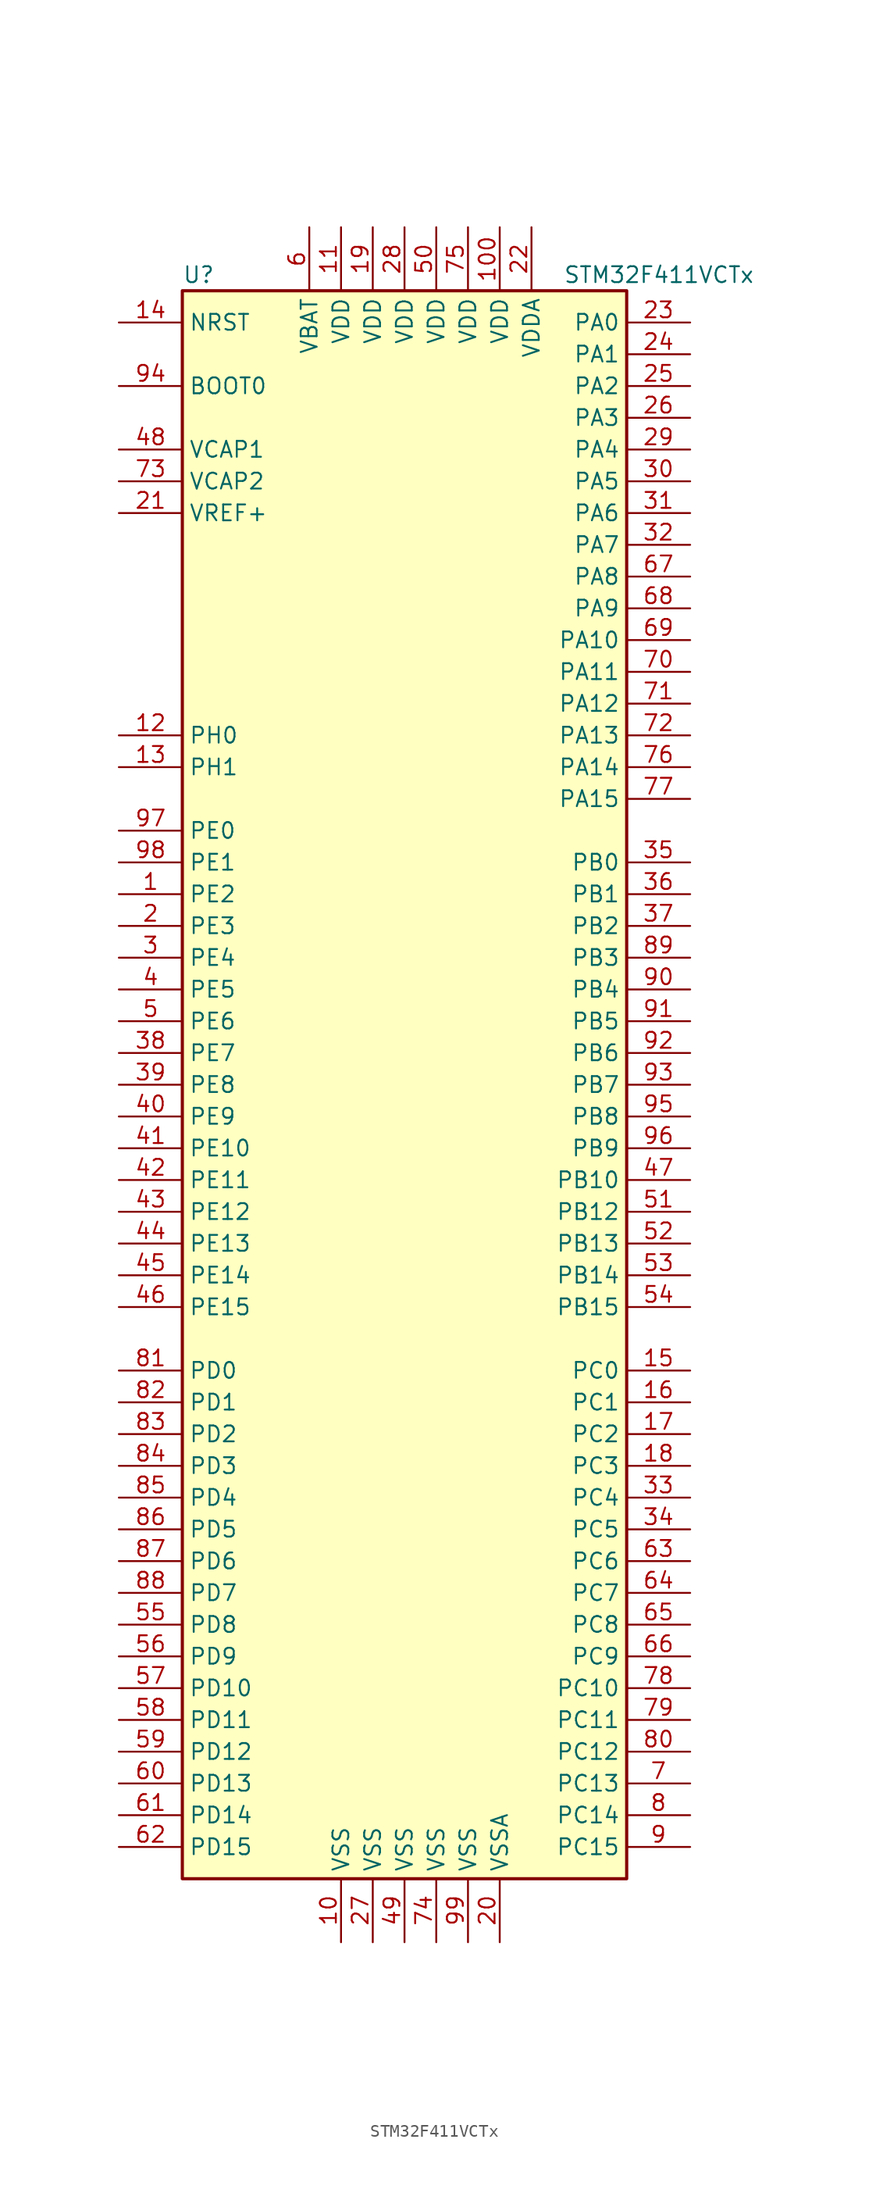
<source format=kicad_sym>
(kicad_symbol_lib
  (version 20220914)
  (generator kicad_symbol_editor)
  (symbol "STM32F411VCTx"
    (property "Reference" "U"
      (at -17.78 64.77 0)
      (effects (font (size 1.27 1.27)) (justify left)))
    (property "Value" "STM32F411VCTx"
      (at 12.7 64.77 0)
      (effects (font (size 1.27 1.27)) (justify left)))
    (symbol "STM32F411VCTx_0_1"
      (rectangle (start -17.78 -63.5) (end 17.78 63.5) (stroke (width 0.254) (type default)) (fill (type background))))
    (symbol "STM32F411VCTx_1_1"
      (pin bidirectional line (at -22.86 15.24 0) (length 5.08) (name "PE2" (effects (font (size 1.27 1.27)))) (number "1" (effects (font (size 1.27 1.27)))))
      (pin power_in line (at -5.08 -68.58 90) (length 5.08) (name "VSS" (effects (font (size 1.27 1.27)))) (number "10" (effects (font (size 1.27 1.27)))))
      (pin power_in line (at 7.62 68.58 270) (length 5.08) (name "VDD" (effects (font (size 1.27 1.27)))) (number "100" (effects (font (size 1.27 1.27)))))
      (pin power_in line (at -5.08 68.58 270) (length 5.08) (name "VDD" (effects (font (size 1.27 1.27)))) (number "11" (effects (font (size 1.27 1.27)))))
      (pin input line (at -22.86 27.94 0) (length 5.08) (name "PH0" (effects (font (size 1.27 1.27)))) (number "12" (effects (font (size 1.27 1.27)))))
      (pin input line (at -22.86 25.4 0) (length 5.08) (name "PH1" (effects (font (size 1.27 1.27)))) (number "13" (effects (font (size 1.27 1.27)))))
      (pin input line (at -22.86 60.96 0) (length 5.08) (name "NRST" (effects (font (size 1.27 1.27)))) (number "14" (effects (font (size 1.27 1.27)))))
      (pin bidirectional line (at 22.86 -22.86 180) (length 5.08) (name "PC0" (effects (font (size 1.27 1.27)))) (number "15" (effects (font (size 1.27 1.27)))))
      (pin bidirectional line (at 22.86 -25.4 180) (length 5.08) (name "PC1" (effects (font (size 1.27 1.27)))) (number "16" (effects (font (size 1.27 1.27)))))
      (pin bidirectional line (at 22.86 -27.94 180) (length 5.08) (name "PC2" (effects (font (size 1.27 1.27)))) (number "17" (effects (font (size 1.27 1.27)))))
      (pin bidirectional line (at 22.86 -30.48 180) (length 5.08) (name "PC3" (effects (font (size 1.27 1.27)))) (number "18" (effects (font (size 1.27 1.27)))))
      (pin power_in line (at -2.54 68.58 270) (length 5.08) (name "VDD" (effects (font (size 1.27 1.27)))) (number "19" (effects (font (size 1.27 1.27)))))
      (pin bidirectional line (at -22.86 12.7 0) (length 5.08) (name "PE3" (effects (font (size 1.27 1.27)))) (number "2" (effects (font (size 1.27 1.27)))))
      (pin power_in line (at 7.62 -68.58 90) (length 5.08) (name "VSSA" (effects (font (size 1.27 1.27)))) (number "20" (effects (font (size 1.27 1.27)))))
      (pin power_in line (at -22.86 45.72 0) (length 5.08) (name "VREF+" (effects (font (size 1.27 1.27)))) (number "21" (effects (font (size 1.27 1.27)))))
      (pin power_in line (at 10.16 68.58 270) (length 5.08) (name "VDDA" (effects (font (size 1.27 1.27)))) (number "22" (effects (font (size 1.27 1.27)))))
      (pin bidirectional line (at 22.86 60.96 180) (length 5.08) (name "PA0" (effects (font (size 1.27 1.27)))) (number "23" (effects (font (size 1.27 1.27)))))
      (pin bidirectional line (at 22.86 58.42 180) (length 5.08) (name "PA1" (effects (font (size 1.27 1.27)))) (number "24" (effects (font (size 1.27 1.27)))))
      (pin bidirectional line (at 22.86 55.88 180) (length 5.08) (name "PA2" (effects (font (size 1.27 1.27)))) (number "25" (effects (font (size 1.27 1.27)))))
      (pin bidirectional line (at 22.86 53.34 180) (length 5.08) (name "PA3" (effects (font (size 1.27 1.27)))) (number "26" (effects (font (size 1.27 1.27)))))
      (pin power_in line (at -2.54 -68.58 90) (length 5.08) (name "VSS" (effects (font (size 1.27 1.27)))) (number "27" (effects (font (size 1.27 1.27)))))
      (pin power_in line (at 0 68.58 270) (length 5.08) (name "VDD" (effects (font (size 1.27 1.27)))) (number "28" (effects (font (size 1.27 1.27)))))
      (pin bidirectional line (at 22.86 50.8 180) (length 5.08) (name "PA4" (effects (font (size 1.27 1.27)))) (number "29" (effects (font (size 1.27 1.27)))))
      (pin bidirectional line (at -22.86 10.16 0) (length 5.08) (name "PE4" (effects (font (size 1.27 1.27)))) (number "3" (effects (font (size 1.27 1.27)))))
      (pin bidirectional line (at 22.86 48.26 180) (length 5.08) (name "PA5" (effects (font (size 1.27 1.27)))) (number "30" (effects (font (size 1.27 1.27)))))
      (pin bidirectional line (at 22.86 45.72 180) (length 5.08) (name "PA6" (effects (font (size 1.27 1.27)))) (number "31" (effects (font (size 1.27 1.27)))))
      (pin bidirectional line (at 22.86 43.18 180) (length 5.08) (name "PA7" (effects (font (size 1.27 1.27)))) (number "32" (effects (font (size 1.27 1.27)))))
      (pin bidirectional line (at 22.86 -33.02 180) (length 5.08) (name "PC4" (effects (font (size 1.27 1.27)))) (number "33" (effects (font (size 1.27 1.27)))))
      (pin bidirectional line (at 22.86 -35.56 180) (length 5.08) (name "PC5" (effects (font (size 1.27 1.27)))) (number "34" (effects (font (size 1.27 1.27)))))
      (pin bidirectional line (at 22.86 17.78 180) (length 5.08) (name "PB0" (effects (font (size 1.27 1.27)))) (number "35" (effects (font (size 1.27 1.27)))))
      (pin bidirectional line (at 22.86 15.24 180) (length 5.08) (name "PB1" (effects (font (size 1.27 1.27)))) (number "36" (effects (font (size 1.27 1.27)))))
      (pin bidirectional line (at 22.86 12.7 180) (length 5.08) (name "PB2" (effects (font (size 1.27 1.27)))) (number "37" (effects (font (size 1.27 1.27)))))
      (pin bidirectional line (at -22.86 2.54 0) (length 5.08) (name "PE7" (effects (font (size 1.27 1.27)))) (number "38" (effects (font (size 1.27 1.27)))))
      (pin bidirectional line (at -22.86 0 0) (length 5.08) (name "PE8" (effects (font (size 1.27 1.27)))) (number "39" (effects (font (size 1.27 1.27)))))
      (pin bidirectional line (at -22.86 7.62 0) (length 5.08) (name "PE5" (effects (font (size 1.27 1.27)))) (number "4" (effects (font (size 1.27 1.27)))))
      (pin bidirectional line (at -22.86 -2.54 0) (length 5.08) (name "PE9" (effects (font (size 1.27 1.27)))) (number "40" (effects (font (size 1.27 1.27)))))
      (pin bidirectional line (at -22.86 -5.08 0) (length 5.08) (name "PE10" (effects (font (size 1.27 1.27)))) (number "41" (effects (font (size 1.27 1.27)))))
      (pin bidirectional line (at -22.86 -7.62 0) (length 5.08) (name "PE11" (effects (font (size 1.27 1.27)))) (number "42" (effects (font (size 1.27 1.27)))))
      (pin bidirectional line (at -22.86 -10.16 0) (length 5.08) (name "PE12" (effects (font (size 1.27 1.27)))) (number "43" (effects (font (size 1.27 1.27)))))
      (pin bidirectional line (at -22.86 -12.7 0) (length 5.08) (name "PE13" (effects (font (size 1.27 1.27)))) (number "44" (effects (font (size 1.27 1.27)))))
      (pin bidirectional line (at -22.86 -15.24 0) (length 5.08) (name "PE14" (effects (font (size 1.27 1.27)))) (number "45" (effects (font (size 1.27 1.27)))))
      (pin bidirectional line (at -22.86 -17.78 0) (length 5.08) (name "PE15" (effects (font (size 1.27 1.27)))) (number "46" (effects (font (size 1.27 1.27)))))
      (pin bidirectional line (at 22.86 -7.62 180) (length 5.08) (name "PB10" (effects (font (size 1.27 1.27)))) (number "47" (effects (font (size 1.27 1.27)))))
      (pin power_in line (at -22.86 50.8 0) (length 5.08) (name "VCAP1" (effects (font (size 1.27 1.27)))) (number "48" (effects (font (size 1.27 1.27)))))
      (pin power_in line (at 0 -68.58 90) (length 5.08) (name "VSS" (effects (font (size 1.27 1.27)))) (number "49" (effects (font (size 1.27 1.27)))))
      (pin bidirectional line (at -22.86 5.08 0) (length 5.08) (name "PE6" (effects (font (size 1.27 1.27)))) (number "5" (effects (font (size 1.27 1.27)))))
      (pin power_in line (at 2.54 68.58 270) (length 5.08) (name "VDD" (effects (font (size 1.27 1.27)))) (number "50" (effects (font (size 1.27 1.27)))))
      (pin bidirectional line (at 22.86 -10.16 180) (length 5.08) (name "PB12" (effects (font (size 1.27 1.27)))) (number "51" (effects (font (size 1.27 1.27)))))
      (pin bidirectional line (at 22.86 -12.7 180) (length 5.08) (name "PB13" (effects (font (size 1.27 1.27)))) (number "52" (effects (font (size 1.27 1.27)))))
      (pin bidirectional line (at 22.86 -15.24 180) (length 5.08) (name "PB14" (effects (font (size 1.27 1.27)))) (number "53" (effects (font (size 1.27 1.27)))))
      (pin bidirectional line (at 22.86 -17.78 180) (length 5.08) (name "PB15" (effects (font (size 1.27 1.27)))) (number "54" (effects (font (size 1.27 1.27)))))
      (pin bidirectional line (at -22.86 -43.18 0) (length 5.08) (name "PD8" (effects (font (size 1.27 1.27)))) (number "55" (effects (font (size 1.27 1.27)))))
      (pin bidirectional line (at -22.86 -45.72 0) (length 5.08) (name "PD9" (effects (font (size 1.27 1.27)))) (number "56" (effects (font (size 1.27 1.27)))))
      (pin bidirectional line (at -22.86 -48.26 0) (length 5.08) (name "PD10" (effects (font (size 1.27 1.27)))) (number "57" (effects (font (size 1.27 1.27)))))
      (pin bidirectional line (at -22.86 -50.8 0) (length 5.08) (name "PD11" (effects (font (size 1.27 1.27)))) (number "58" (effects (font (size 1.27 1.27)))))
      (pin bidirectional line (at -22.86 -53.34 0) (length 5.08) (name "PD12" (effects (font (size 1.27 1.27)))) (number "59" (effects (font (size 1.27 1.27)))))
      (pin power_in line (at -7.62 68.58 270) (length 5.08) (name "VBAT" (effects (font (size 1.27 1.27)))) (number "6" (effects (font (size 1.27 1.27)))))
      (pin bidirectional line (at -22.86 -55.88 0) (length 5.08) (name "PD13" (effects (font (size 1.27 1.27)))) (number "60" (effects (font (size 1.27 1.27)))))
      (pin bidirectional line (at -22.86 -58.42 0) (length 5.08) (name "PD14" (effects (font (size 1.27 1.27)))) (number "61" (effects (font (size 1.27 1.27)))))
      (pin bidirectional line (at -22.86 -60.96 0) (length 5.08) (name "PD15" (effects (font (size 1.27 1.27)))) (number "62" (effects (font (size 1.27 1.27)))))
      (pin bidirectional line (at 22.86 -38.1 180) (length 5.08) (name "PC6" (effects (font (size 1.27 1.27)))) (number "63" (effects (font (size 1.27 1.27)))))
      (pin bidirectional line (at 22.86 -40.64 180) (length 5.08) (name "PC7" (effects (font (size 1.27 1.27)))) (number "64" (effects (font (size 1.27 1.27)))))
      (pin bidirectional line (at 22.86 -43.18 180) (length 5.08) (name "PC8" (effects (font (size 1.27 1.27)))) (number "65" (effects (font (size 1.27 1.27)))))
      (pin bidirectional line (at 22.86 -45.72 180) (length 5.08) (name "PC9" (effects (font (size 1.27 1.27)))) (number "66" (effects (font (size 1.27 1.27)))))
      (pin bidirectional line (at 22.86 40.64 180) (length 5.08) (name "PA8" (effects (font (size 1.27 1.27)))) (number "67" (effects (font (size 1.27 1.27)))))
      (pin bidirectional line (at 22.86 38.1 180) (length 5.08) (name "PA9" (effects (font (size 1.27 1.27)))) (number "68" (effects (font (size 1.27 1.27)))))
      (pin bidirectional line (at 22.86 35.56 180) (length 5.08) (name "PA10" (effects (font (size 1.27 1.27)))) (number "69" (effects (font (size 1.27 1.27)))))
      (pin bidirectional line (at 22.86 -55.88 180) (length 5.08) (name "PC13" (effects (font (size 1.27 1.27)))) (number "7" (effects (font (size 1.27 1.27)))))
      (pin bidirectional line (at 22.86 33.02 180) (length 5.08) (name "PA11" (effects (font (size 1.27 1.27)))) (number "70" (effects (font (size 1.27 1.27)))))
      (pin bidirectional line (at 22.86 30.48 180) (length 5.08) (name "PA12" (effects (font (size 1.27 1.27)))) (number "71" (effects (font (size 1.27 1.27)))))
      (pin bidirectional line (at 22.86 27.94 180) (length 5.08) (name "PA13" (effects (font (size 1.27 1.27)))) (number "72" (effects (font (size 1.27 1.27)))))
      (pin power_in line (at -22.86 48.26 0) (length 5.08) (name "VCAP2" (effects (font (size 1.27 1.27)))) (number "73" (effects (font (size 1.27 1.27)))))
      (pin power_in line (at 2.54 -68.58 90) (length 5.08) (name "VSS" (effects (font (size 1.27 1.27)))) (number "74" (effects (font (size 1.27 1.27)))))
      (pin power_in line (at 5.08 68.58 270) (length 5.08) (name "VDD" (effects (font (size 1.27 1.27)))) (number "75" (effects (font (size 1.27 1.27)))))
      (pin bidirectional line (at 22.86 25.4 180) (length 5.08) (name "PA14" (effects (font (size 1.27 1.27)))) (number "76" (effects (font (size 1.27 1.27)))))
      (pin bidirectional line (at 22.86 22.86 180) (length 5.08) (name "PA15" (effects (font (size 1.27 1.27)))) (number "77" (effects (font (size 1.27 1.27)))))
      (pin bidirectional line (at 22.86 -48.26 180) (length 5.08) (name "PC10" (effects (font (size 1.27 1.27)))) (number "78" (effects (font (size 1.27 1.27)))))
      (pin bidirectional line (at 22.86 -50.8 180) (length 5.08) (name "PC11" (effects (font (size 1.27 1.27)))) (number "79" (effects (font (size 1.27 1.27)))))
      (pin bidirectional line (at 22.86 -58.42 180) (length 5.08) (name "PC14" (effects (font (size 1.27 1.27)))) (number "8" (effects (font (size 1.27 1.27)))))
      (pin bidirectional line (at 22.86 -53.34 180) (length 5.08) (name "PC12" (effects (font (size 1.27 1.27)))) (number "80" (effects (font (size 1.27 1.27)))))
      (pin bidirectional line (at -22.86 -22.86 0) (length 5.08) (name "PD0" (effects (font (size 1.27 1.27)))) (number "81" (effects (font (size 1.27 1.27)))))
      (pin bidirectional line (at -22.86 -25.4 0) (length 5.08) (name "PD1" (effects (font (size 1.27 1.27)))) (number "82" (effects (font (size 1.27 1.27)))))
      (pin bidirectional line (at -22.86 -27.94 0) (length 5.08) (name "PD2" (effects (font (size 1.27 1.27)))) (number "83" (effects (font (size 1.27 1.27)))))
      (pin bidirectional line (at -22.86 -30.48 0) (length 5.08) (name "PD3" (effects (font (size 1.27 1.27)))) (number "84" (effects (font (size 1.27 1.27)))))
      (pin bidirectional line (at -22.86 -33.02 0) (length 5.08) (name "PD4" (effects (font (size 1.27 1.27)))) (number "85" (effects (font (size 1.27 1.27)))))
      (pin bidirectional line (at -22.86 -35.56 0) (length 5.08) (name "PD5" (effects (font (size 1.27 1.27)))) (number "86" (effects (font (size 1.27 1.27)))))
      (pin bidirectional line (at -22.86 -38.1 0) (length 5.08) (name "PD6" (effects (font (size 1.27 1.27)))) (number "87" (effects (font (size 1.27 1.27)))))
      (pin bidirectional line (at -22.86 -40.64 0) (length 5.08) (name "PD7" (effects (font (size 1.27 1.27)))) (number "88" (effects (font (size 1.27 1.27)))))
      (pin bidirectional line (at 22.86 10.16 180) (length 5.08) (name "PB3" (effects (font (size 1.27 1.27)))) (number "89" (effects (font (size 1.27 1.27)))))
      (pin bidirectional line (at 22.86 -60.96 180) (length 5.08) (name "PC15" (effects (font (size 1.27 1.27)))) (number "9" (effects (font (size 1.27 1.27)))))
      (pin bidirectional line (at 22.86 7.62 180) (length 5.08) (name "PB4" (effects (font (size 1.27 1.27)))) (number "90" (effects (font (size 1.27 1.27)))))
      (pin bidirectional line (at 22.86 5.08 180) (length 5.08) (name "PB5" (effects (font (size 1.27 1.27)))) (number "91" (effects (font (size 1.27 1.27)))))
      (pin bidirectional line (at 22.86 2.54 180) (length 5.08) (name "PB6" (effects (font (size 1.27 1.27)))) (number "92" (effects (font (size 1.27 1.27)))))
      (pin bidirectional line (at 22.86 0 180) (length 5.08) (name "PB7" (effects (font (size 1.27 1.27)))) (number "93" (effects (font (size 1.27 1.27)))))
      (pin input line (at -22.86 55.88 0) (length 5.08) (name "BOOT0" (effects (font (size 1.27 1.27)))) (number "94" (effects (font (size 1.27 1.27)))))
      (pin bidirectional line (at 22.86 -2.54 180) (length 5.08) (name "PB8" (effects (font (size 1.27 1.27)))) (number "95" (effects (font (size 1.27 1.27)))))
      (pin bidirectional line (at 22.86 -5.08 180) (length 5.08) (name "PB9" (effects (font (size 1.27 1.27)))) (number "96" (effects (font (size 1.27 1.27)))))
      (pin bidirectional line (at -22.86 20.32 0) (length 5.08) (name "PE0" (effects (font (size 1.27 1.27)))) (number "97" (effects (font (size 1.27 1.27)))))
      (pin bidirectional line (at -22.86 17.78 0) (length 5.08) (name "PE1" (effects (font (size 1.27 1.27)))) (number "98" (effects (font (size 1.27 1.27)))))
      (pin power_in line (at 5.08 -68.58 90) (length 5.08) (name "VSS" (effects (font (size 1.27 1.27)))) (number "99" (effects (font (size 1.27 1.27))))))))
</source>
